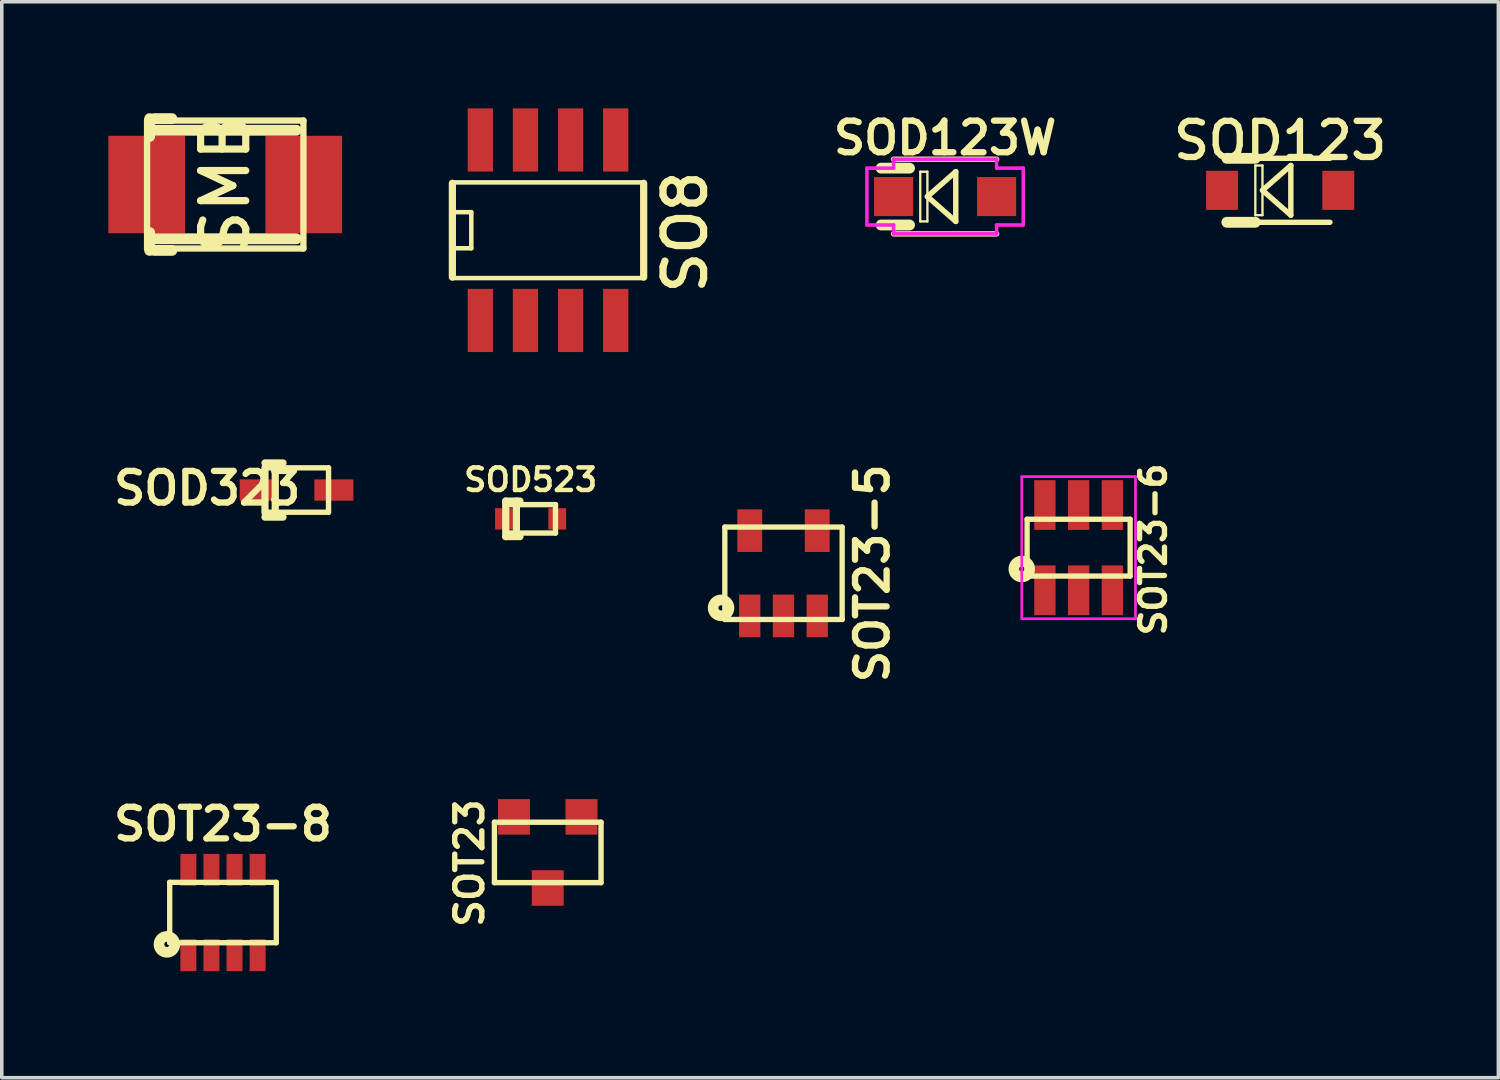
<source format=kicad_pcb>
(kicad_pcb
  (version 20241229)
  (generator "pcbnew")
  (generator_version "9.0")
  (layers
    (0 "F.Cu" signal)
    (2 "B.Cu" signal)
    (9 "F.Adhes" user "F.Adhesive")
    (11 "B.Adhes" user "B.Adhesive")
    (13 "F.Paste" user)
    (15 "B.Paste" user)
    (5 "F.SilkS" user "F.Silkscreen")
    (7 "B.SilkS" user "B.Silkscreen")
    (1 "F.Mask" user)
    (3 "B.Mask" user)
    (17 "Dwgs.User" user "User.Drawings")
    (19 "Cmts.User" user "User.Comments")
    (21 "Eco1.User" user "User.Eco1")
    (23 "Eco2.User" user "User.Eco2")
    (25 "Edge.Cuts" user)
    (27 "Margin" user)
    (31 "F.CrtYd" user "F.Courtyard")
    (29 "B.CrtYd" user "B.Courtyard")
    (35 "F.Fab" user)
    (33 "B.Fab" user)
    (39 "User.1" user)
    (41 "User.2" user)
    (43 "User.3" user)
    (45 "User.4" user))
  (footprint "SOD323"
    (placed yes)
    (layer "F.Cu")
    (at 5.296 10.741)
    (property "Reference" "SOD323" (at -2.515 -0.051 0) (layer "F.SilkS") (effects (font (size 0.889 0.889) (thickness 0.178))))
    (attr smd)
    (fp_line (start -0.9 -0.625) (end 0.9 -0.625) (stroke (width 0.152) (type solid)) (layer "F.SilkS"))
    (fp_line (start -0.889 0.63) (end -0.889 -0.63) (stroke (width 0.203) (type solid)) (layer "F.SilkS"))
    (fp_line (start -0.6 -0.7) (end -0.6 0.7) (stroke (width 0.203) (type solid)) (layer "F.SilkS"))
    (fp_line (start -0.381 -0.762) (end -0.889 -0.762) (stroke (width 0.203) (type solid)) (layer "F.SilkS"))
    (fp_line (start -0.381 0.762) (end -0.889 0.762) (stroke (width 0.203) (type solid)) (layer "F.SilkS"))
    (fp_line (start 0.9 -0.625) (end 0.9 0.625) (stroke (width 0.152) (type solid)) (layer "F.SilkS"))
    (fp_line (start 0.9 0.625) (end -0.9 0.625) (stroke (width 0.152) (type solid)) (layer "F.SilkS"))
    (pad "1" smd rect (at -1.05 0) (size 1.1 0.6) (layers "F.Cu" "F.Mask" "F.Paste"))
    (pad "2" smd rect (at 1.05 0) (size 1.1 0.6) (layers "F.Cu" "F.Mask" "F.Paste")))
  (footprint "SOT23"
    (placed yes)
    (layer "F.Cu")
    (at 12.365 20.94)
    (property "Reference" "SOT23" (at -2.2 0.3 90) (layer "F.SilkS") (effects (font (size 0.762 0.762) (thickness 0.152))))
    (attr smd)
    (fp_line (start -1.5 -0.85) (end -1.5 0.85) (stroke (width 0.152) (type solid)) (layer "F.SilkS"))
    (fp_line (start -1.5 0.85) (end 1.5 0.85) (stroke (width 0.152) (type solid)) (layer "F.SilkS"))
    (fp_line (start 1.5 -0.85) (end -1.5 -0.85) (stroke (width 0.152) (type solid)) (layer "F.SilkS"))
    (fp_line (start 1.5 -0.85) (end 1.5 0.85) (stroke (width 0.152) (type solid)) (layer "F.SilkS"))
    (pad "1" smd rect (at 0.95 -1.001) (size 0.899 1.001) (layers "F.Cu" "F.Mask" "F.Paste"))
    (pad "2" smd rect (at -0.95 -1.001) (size 0.899 1.001) (layers "F.Cu" "F.Mask" "F.Paste"))
    (pad "3" smd rect (at 0 1.001) (size 0.899 1.001) (layers "F.Cu" "F.Mask" "F.Paste")))
  (footprint "SO8"
    (layer "F.Cu")
    (at 12.373 3.429)
    (property "Reference" "SO8" (at 3.861 0.051 90) (layer "F.SilkS") (effects (font (size 1.143 1.143) (thickness 0.203))))
    (attr smd)
    (fp_line (start -2.692 -1.321) (end -2.692 1.321) (stroke (width 0.203) (type solid)) (layer "F.SilkS"))
    (fp_line (start -2.667 -0.508) (end -2.159 -0.508) (stroke (width 0.127) (type solid)) (layer "F.SilkS"))
    (fp_line (start -2.667 1.346) (end 2.667 1.346) (stroke (width 0.127) (type solid)) (layer "F.SilkS"))
    (fp_line (start -2.159 -0.508) (end -2.159 0.508) (stroke (width 0.127) (type solid)) (layer "F.SilkS"))
    (fp_line (start -2.159 0.508) (end -2.667 0.508) (stroke (width 0.127) (type solid)) (layer "F.SilkS"))
    (fp_line (start 2.667 -1.346) (end -2.667 -1.346) (stroke (width 0.127) (type solid)) (layer "F.SilkS"))
    (fp_line (start 2.692 -1.321) (end 2.692 1.321) (stroke (width 0.203) (type solid)) (layer "F.SilkS"))
    (pad "1" smd rect (at -1.905 2.54) (size 0.711 1.778) (layers "F.Cu" "F.Mask" "F.Paste"))
    (pad "2" smd rect (at -0.635 2.54) (size 0.711 1.778) (layers "F.Cu" "F.Mask" "F.Paste"))
    (pad "3" smd rect (at 0.635 2.54) (size 0.711 1.778) (layers "F.Cu" "F.Mask" "F.Paste"))
    (pad "4" smd rect (at 1.905 2.54) (size 0.711 1.778) (layers "F.Cu" "F.Mask" "F.Paste"))
    (pad "5" smd rect (at 1.905 -2.54) (size 0.711 1.778) (layers "F.Cu" "F.Mask" "F.Paste"))
    (pad "6" smd rect (at 0.635 -2.54) (size 0.711 1.778) (layers "F.Cu" "F.Mask" "F.Paste"))
    (pad "7" smd rect (at -0.635 -2.54) (size 0.711 1.778) (layers "F.Cu" "F.Mask" "F.Paste"))
    (pad "8" smd rect (at -1.905 -2.54) (size 0.711 1.778) (layers "F.Cu" "F.Mask" "F.Paste")))
  (footprint "SOT23-8"
    (layer "F.Cu")
    (at 3.226 22.631)
    (property "Reference" "SOT23-8" (at 0 -2.489 0) (layer "F.SilkS") (effects (font (size 0.889 0.889) (thickness 0.178))))
    (attr through_hole)
    (fp_line (start -1.5 -0.85) (end 1.5 -0.85) (stroke (width 0.15) (type solid)) (layer "F.SilkS"))
    (fp_line (start -1.5 0.85) (end -1.5 -0.85) (stroke (width 0.15) (type solid)) (layer "F.SilkS"))
    (fp_line (start 1.5 -0.85) (end 1.5 0.85) (stroke (width 0.15) (type solid)) (layer "F.SilkS"))
    (fp_line (start 1.5 0.85) (end -1.5 0.85) (stroke (width 0.15) (type solid)) (layer "F.SilkS"))
    (fp_circle (center -1.579 0.897) (end -1.479 0.697) (stroke (width 0.3) (type solid)) (fill no) (layer "F.SilkS"))
    (pad "1" smd rect (at -0.975 1.2) (size 0.45 0.9) (layers "F.Cu" "F.Mask" "F.Paste"))
    (pad "2" smd rect (at -0.325 1.2) (size 0.45 0.9) (layers "F.Cu" "F.Mask" "F.Paste"))
    (pad "3" smd rect (at 0.325 1.2) (size 0.45 0.9) (layers "F.Cu" "F.Mask" "F.Paste"))
    (pad "4" smd rect (at 0.975 1.2) (size 0.45 0.9) (layers "F.Cu" "F.Mask" "F.Paste"))
    (pad "5" smd rect (at 0.975 -1.2) (size 0.45 0.9) (layers "F.Cu" "F.Mask" "F.Paste"))
    (pad "6" smd rect (at 0.325 -1.2) (size 0.45 0.9) (layers "F.Cu" "F.Mask" "F.Paste"))
    (pad "7" smd rect (at -0.325 -1.2) (size 0.45 0.9) (layers "F.Cu" "F.Mask" "F.Paste"))
    (pad "8" smd rect (at -0.975 -1.2) (size 0.45 0.9) (layers "F.Cu" "F.Mask" "F.Paste")))
  (footprint "SOD523"
    (layer "F.Cu")
    (at 11.883 11.552)
    (property "Reference" "SOD523" (at 0 -1.1 0) (layer "F.SilkS") (effects (font (size 0.635 0.635) (thickness 0.127))))
    (attr smd)
    (fp_line (start -0.7 -0.5) (end -0.7 0.5) (stroke (width 0.203) (type solid)) (layer "F.SilkS"))
    (fp_line (start -0.7 0.4) (end 0.7 0.4) (stroke (width 0.152) (type solid)) (layer "F.SilkS"))
    (fp_line (start -0.67 -0.4) (end 0.7 -0.4) (stroke (width 0.152) (type solid)) (layer "F.SilkS"))
    (fp_line (start -0.4 -0.5) (end -0.4 0.4) (stroke (width 0.203) (type solid)) (layer "F.SilkS"))
    (fp_line (start -0.3 -0.5) (end -0.7 -0.5) (stroke (width 0.203) (type solid)) (layer "F.SilkS"))
    (fp_line (start -0.3 0.5) (end -0.7 0.5) (stroke (width 0.203) (type solid)) (layer "F.SilkS"))
    (fp_line (start 0.7 0.4) (end 0.7 -0.4) (stroke (width 0.152) (type solid)) (layer "F.SilkS"))
    (pad "1" smd rect (at -0.75 0) (size 0.5 0.6) (layers "F.Cu" "F.Mask" "F.Paste"))
    (pad "2" smd rect (at 0.75 0) (size 0.5 0.6) (layers "F.Cu" "F.Mask" "F.Paste")))
  (footprint "SOD123W"
    (layer "F.Cu")
    (at 23.548 2.482)
    (property "Reference" "SOD123W" (at 0 -1.65 0) (layer "F.SilkS") (effects (font (size 0.889 0.889) (thickness 0.178))))
    (attr smd)
    (fp_line (start -1.801 -0.8) (end -1.001 -0.8) (stroke (width 0.305) (type solid)) (layer "F.SilkS"))
    (fp_line (start -1.801 0.8) (end -1.001 0.8) (stroke (width 0.305) (type solid)) (layer "F.SilkS"))
    (fp_line (start -1.45 -1.05) (end 1.45 -1.05) (stroke (width 0.152) (type solid)) (layer "F.SilkS"))
    (fp_line (start -0.699 -0.699) (end -0.498 -0.699) (stroke (width 0.066) (type solid)) (layer "F.SilkS"))
    (fp_line (start -0.699 0.699) (end -0.699 -0.699) (stroke (width 0.066) (type solid)) (layer "F.SilkS"))
    (fp_line (start -0.699 0.699) (end -0.498 0.699) (stroke (width 0.066) (type solid)) (layer "F.SilkS"))
    (fp_line (start -0.498 0) (end 0.3 -0.7) (stroke (width 0.152) (type solid)) (layer "F.SilkS"))
    (fp_line (start -0.498 0.699) (end -0.498 -0.699) (stroke (width 0.066) (type solid)) (layer "F.SilkS"))
    (fp_line (start 0.3 -0.7) (end 0.3 0.7) (stroke (width 0.152) (type solid)) (layer "F.SilkS"))
    (fp_line (start 0.3 0.7) (end -0.498 0) (stroke (width 0.152) (type solid)) (layer "F.SilkS"))
    (fp_line (start 1.45 1.05) (end -1.45 1.05) (stroke (width 0.152) (type solid)) (layer "F.SilkS"))
    (fp_line (start -2.2 -0.8) (end -1.45 -0.8) (stroke (width 0.1) (type solid)) (layer "F.CrtYd"))
    (fp_line (start -2.2 0.8) (end -2.2 -0.8) (stroke (width 0.1) (type solid)) (layer "F.CrtYd"))
    (fp_line (start -1.45 -1.05) (end 1.45 -1.05) (stroke (width 0.1) (type solid)) (layer "F.CrtYd"))
    (fp_line (start -1.45 -0.8) (end -1.45 -1.05) (stroke (width 0.1) (type solid)) (layer "F.CrtYd"))
    (fp_line (start -1.45 0.8) (end -2.2 0.8) (stroke (width 0.1) (type solid)) (layer "F.CrtYd"))
    (fp_line (start -1.45 1.05) (end -1.45 0.8) (stroke (width 0.1) (type solid)) (layer "F.CrtYd"))
    (fp_line (start 1.45 -1.05) (end 1.45 -0.8) (stroke (width 0.1) (type solid)) (layer "F.CrtYd"))
    (fp_line (start 1.45 -0.8) (end 2.2 -0.8) (stroke (width 0.1) (type solid)) (layer "F.CrtYd"))
    (fp_line (start 1.45 0.8) (end 1.45 1.05) (stroke (width 0.1) (type solid)) (layer "F.CrtYd"))
    (fp_line (start 1.45 1.05) (end -1.45 1.05) (stroke (width 0.1) (type solid)) (layer "F.CrtYd"))
    (fp_line (start 2.2 -0.8) (end 2.2 0.8) (stroke (width 0.1) (type solid)) (layer "F.CrtYd"))
    (fp_line (start 2.2 0.8) (end 1.45 0.8) (stroke (width 0.1) (type solid)) (layer "F.CrtYd"))
    (pad "1" smd rect (at -1.45 0) (size 1.1 1.1) (layers "F.Cu" "F.Mask" "F.Paste"))
    (pad "2" smd rect (at 1.45 0) (size 1.1 1.1) (layers "F.Cu" "F.Mask" "F.Paste")))
  (footprint "SMB"
    (layer "F.Cu")
    (at 3.289 2.143)
    (property "Reference" "SMB" (at 0 0 270) (layer "F.SilkS") (effects (font (size 1.27 1.27) (thickness 0.203))))
    (attr smd)
    (fp_line (start -2.2 -1.8) (end -2.2 1.8) (stroke (width 0.178) (type solid)) (layer "F.SilkS"))
    (fp_line (start -2.2 1.8) (end 2.2 1.8) (stroke (width 0.178) (type solid)) (layer "F.SilkS"))
    (fp_line (start -2.126 -1.354) (end -2.126 -1.854) (stroke (width 0.305) (type solid)) (layer "F.SilkS"))
    (fp_line (start -2.126 1.354) (end -2.126 1.854) (stroke (width 0.305) (type solid)) (layer "F.SilkS"))
    (fp_line (start -1.999 -1.854) (end -1.501 -1.854) (stroke (width 0.305) (type solid)) (layer "F.SilkS"))
    (fp_line (start -1.999 1.527) (end 1.999 1.527) (stroke (width 0.305) (type solid)) (layer "F.SilkS"))
    (fp_line (start -1.999 1.854) (end -1.501 1.854) (stroke (width 0.305) (type solid)) (layer "F.SilkS"))
    (fp_line (start 1.999 -1.527) (end -1.999 -1.527) (stroke (width 0.305) (type solid)) (layer "F.SilkS"))
    (fp_line (start 2.2 -1.8) (end -2.2 -1.8) (stroke (width 0.178) (type solid)) (layer "F.SilkS"))
    (fp_line (start 2.2 1.8) (end 2.2 -1.8) (stroke (width 0.178) (type solid)) (layer "F.SilkS"))
    (pad "1" smd rect (at 2.21 0) (size 2.159 2.743) (layers "F.Cu" "F.Mask" "F.Paste"))
    (pad "2" smd rect (at -2.21 0) (size 2.159 2.743) (layers "F.Cu" "F.Mask" "F.Paste")))
  (footprint "SOT23-5"
    (layer "F.Cu")
    (at 19 13.084)
    (property "Reference" "SOT23-5" (at 2.5 0 90) (layer "F.SilkS") (effects (font (size 0.889 0.889) (thickness 0.178))))
    (attr smd)
    (fp_line (start -1.651 -1.3) (end 1.651 -1.3) (stroke (width 0.15) (type solid)) (layer "F.SilkS"))
    (fp_line (start -1.651 1.3) (end -1.651 -1.3) (stroke (width 0.15) (type solid)) (layer "F.SilkS"))
    (fp_line (start 1.651 -1.3) (end 1.651 1.3) (stroke (width 0.15) (type solid)) (layer "F.SilkS"))
    (fp_line (start 1.651 1.3) (end -1.651 1.3) (stroke (width 0.15) (type solid)) (layer "F.SilkS"))
    (fp_circle (center -1.757 0.973) (end -1.657 0.773) (stroke (width 0.3) (type solid)) (fill no) (layer "F.SilkS"))
    (pad "1" smd rect (at -0.95 1.2) (size 0.6 1.2) (layers "F.Cu" "F.Mask" "F.Paste"))
    (pad "2" smd rect (at 0 1.2) (size 0.6 1.2) (layers "F.Cu" "F.Mask" "F.Paste"))
    (pad "3" smd rect (at 0.95 1.2) (size 0.6 1.2) (layers "F.Cu" "F.Mask" "F.Paste"))
    (pad "4" smd rect (at 0.95 -1.2) (size 0.7 1.2) (layers "F.Cu" "F.Mask" "F.Paste"))
    (pad "5" smd rect (at -0.95 -1.2) (size 0.7 1.2) (layers "F.Cu" "F.Mask" "F.Paste")))
  (footprint "SOD123"
    (layer "F.Cu")
    (at 32.978 2.306)
    (property "Reference" "SOD123" (at 0 -1.4 0) (layer "F.SilkS") (effects (font (size 1.016 1.016) (thickness 0.178))))
    (attr smd)
    (fp_line (start -1.501 -0.9) (end -0.701 -0.9) (stroke (width 0.305) (type solid)) (layer "F.SilkS"))
    (fp_line (start -1.501 0.9) (end -0.701 0.9) (stroke (width 0.305) (type solid)) (layer "F.SilkS"))
    (fp_line (start -0.699 -0.699) (end -0.498 -0.699) (stroke (width 0.066) (type solid)) (layer "F.SilkS"))
    (fp_line (start -0.699 0.699) (end -0.699 -0.699) (stroke (width 0.066) (type solid)) (layer "F.SilkS"))
    (fp_line (start -0.699 0.699) (end -0.498 0.699) (stroke (width 0.066) (type solid)) (layer "F.SilkS"))
    (fp_line (start -0.599 -0.9) (end 1.397 -0.9) (stroke (width 0.152) (type solid)) (layer "F.SilkS"))
    (fp_line (start -0.498 0) (end 0.3 -0.7) (stroke (width 0.152) (type solid)) (layer "F.SilkS"))
    (fp_line (start -0.498 0.699) (end -0.498 -0.699) (stroke (width 0.066) (type solid)) (layer "F.SilkS"))
    (fp_line (start 0.3 -0.7) (end 0.3 0.7) (stroke (width 0.152) (type solid)) (layer "F.SilkS"))
    (fp_line (start 0.3 0.7) (end -0.498 0) (stroke (width 0.152) (type solid)) (layer "F.SilkS"))
    (fp_line (start 1.4 0.9) (end -0.597 0.9) (stroke (width 0.152) (type solid)) (layer "F.SilkS"))
    (pad "1" smd rect (at -1.635 0) (size 0.9 1.1) (layers "F.Cu" "F.Mask" "F.Paste"))
    (pad "2" smd rect (at 1.635 0) (size 0.9 1.1) (layers "F.Cu" "F.Mask" "F.Paste")))
  (footprint "SOT23-6"
    (layer "F.Cu")
    (at 27.306 12.363)
    (property "Reference" "SOT23-6" (at 2.1 0.05 90) (layer "F.SilkS") (effects (font (size 0.7 0.7) (thickness 0.15))))
    (attr smd)
    (fp_line (start -1.45 -0.8) (end 1.45 -0.8) (stroke (width 0.15) (type solid)) (layer "F.SilkS"))
    (fp_line (start -1.45 0.8) (end -1.45 -0.8) (stroke (width 0.15) (type solid)) (layer "F.SilkS"))
    (fp_line (start 1.45 -0.8) (end 1.45 0.8) (stroke (width 0.15) (type solid)) (layer "F.SilkS"))
    (fp_line (start 1.45 0.8) (end -1.45 0.8) (stroke (width 0.15) (type solid)) (layer "F.SilkS"))
    (fp_circle (center -1.6 0.6) (end -1.5 0.4) (stroke (width 0.3) (type solid)) (fill no) (layer "F.SilkS"))
    (fp_line (start -1.6 -2) (end 1.6 -2) (stroke (width 0.076) (type solid)) (layer "F.CrtYd"))
    (fp_line (start -1.6 2) (end -1.6 -2) (stroke (width 0.076) (type solid)) (layer "F.CrtYd"))
    (fp_line (start 1.6 -2) (end 1.6 2) (stroke (width 0.076) (type solid)) (layer "F.CrtYd"))
    (fp_line (start 1.6 2) (end -1.6 2) (stroke (width 0.076) (type solid)) (layer "F.CrtYd"))
    (pad "1" smd rect (at -0.95 1.2) (size 0.6 1.4) (layers "F.Cu" "F.Mask" "F.Paste"))
    (pad "2" smd rect (at 0 1.2) (size 0.6 1.4) (layers "F.Cu" "F.Mask" "F.Paste"))
    (pad "3" smd rect (at 0.95 1.2) (size 0.6 1.4) (layers "F.Cu" "F.Mask" "F.Paste"))
    (pad "4" smd rect (at 0.95 -1.2) (size 0.6 1.4) (layers "F.Cu" "F.Mask" "F.Paste"))
    (pad "5" smd rect (at 0 -1.2) (size 0.6 1.4) (layers "F.Cu" "F.Mask" "F.Paste"))
    (pad "6" smd rect (at -0.95 -1.2) (size 0.6 1.4) (layers "F.Cu" "F.Mask" "F.Paste")))
  (gr_rect
    (start -3 -3)
    (end 39.119 27.281)
    (stroke (width 0.1) (type default))
    (fill no)
    (layer "Edge.Cuts")))
</source>
